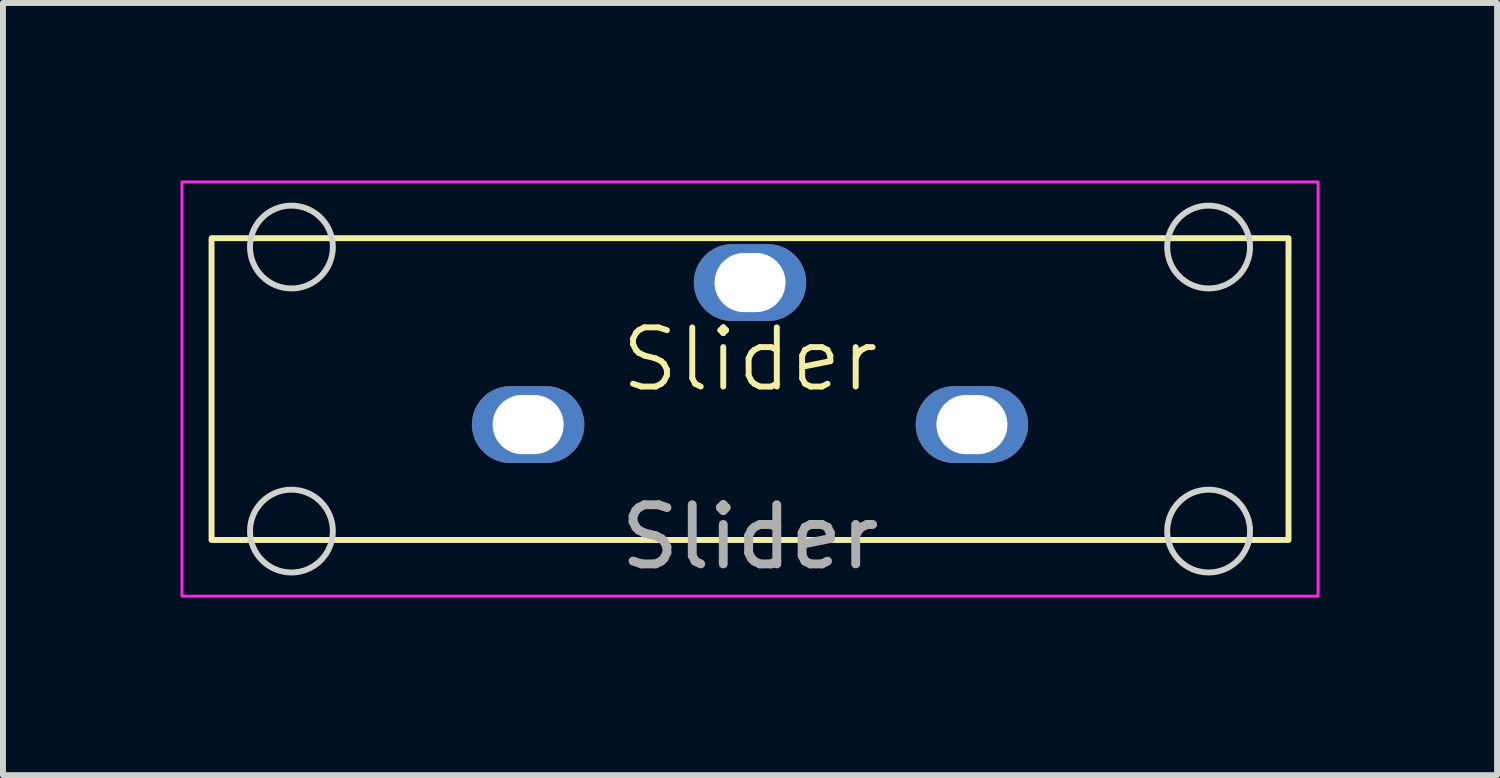
<source format=kicad_pcb>
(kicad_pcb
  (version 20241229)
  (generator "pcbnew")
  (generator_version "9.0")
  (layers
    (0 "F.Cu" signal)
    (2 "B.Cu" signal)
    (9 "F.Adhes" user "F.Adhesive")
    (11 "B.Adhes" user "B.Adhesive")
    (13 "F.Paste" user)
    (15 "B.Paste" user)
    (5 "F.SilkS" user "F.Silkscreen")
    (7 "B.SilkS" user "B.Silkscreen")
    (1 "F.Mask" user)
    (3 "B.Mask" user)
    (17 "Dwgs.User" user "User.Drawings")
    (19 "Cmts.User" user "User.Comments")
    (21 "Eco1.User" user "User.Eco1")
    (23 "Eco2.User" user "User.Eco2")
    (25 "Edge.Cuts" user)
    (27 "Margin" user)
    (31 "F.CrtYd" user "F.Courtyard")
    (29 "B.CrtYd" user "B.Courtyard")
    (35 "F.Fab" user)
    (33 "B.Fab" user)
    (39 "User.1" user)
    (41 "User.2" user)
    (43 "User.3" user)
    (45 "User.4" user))
  (footprint "Slider"
    (layer "F.Cu")
    (at 9.625 3.525)
    (property "Reference" "Slider" (at 0 -0.5 0) (unlocked yes) (layer "F.SilkS") (effects (font (size 1 1) (thickness 0.1))))
    (attr smd)
    (fp_rect (start -9.1 -2.55) (end 9.1 2.55) (stroke (width 0.1) (type solid)) (fill no) (layer "F.SilkS"))
    (fp_circle (center -7.75 -2.4) (end -7.05 -2.4) (stroke (width 0.1) (type default)) (fill no) (layer "Edge.Cuts"))
    (fp_circle (center -7.75 2.4) (end -7.05 2.4) (stroke (width 0.1) (type default)) (fill no) (layer "Edge.Cuts"))
    (fp_circle (center 7.75 -2.4) (end 8.45 -2.4) (stroke (width 0.1) (type default)) (fill no) (layer "Edge.Cuts"))
    (fp_circle (center 7.75 2.4) (end 8.45 2.4) (stroke (width 0.1) (type default)) (fill no) (layer "Edge.Cuts"))
    (fp_rect (start -9.6 -3.5) (end 9.6 3.5) (stroke (width 0.05) (type solid)) (fill no) (layer "F.CrtYd"))
    (fp_text user "${REFERENCE}" (at 0 2.5 0) (unlocked yes) (layer "F.Fab") (effects (font (size 1 1) (thickness 0.15))))
    (pad "1" thru_hole oval (at -3.75 0.6) (size 1.9 1.3) (drill oval 1.2 1) (layers "*.Cu" "F.Mask" "F.Paste"))
    (pad "2" thru_hole oval (at 0 -1.8) (size 1.9 1.3) (drill oval 1.2 1) (layers "*.Cu" "F.Mask" "F.Paste"))
    (pad "3" thru_hole oval (at 3.75 0.6) (size 1.9 1.3) (drill oval 1.2 1) (layers "*.Cu" "F.Mask" "F.Paste")))
  (gr_rect
    (start -3 -3)
    (end 22.25 10.05)
    (stroke (width 0.1) (type default))
    (fill no)
    (layer "Edge.Cuts")))
</source>
